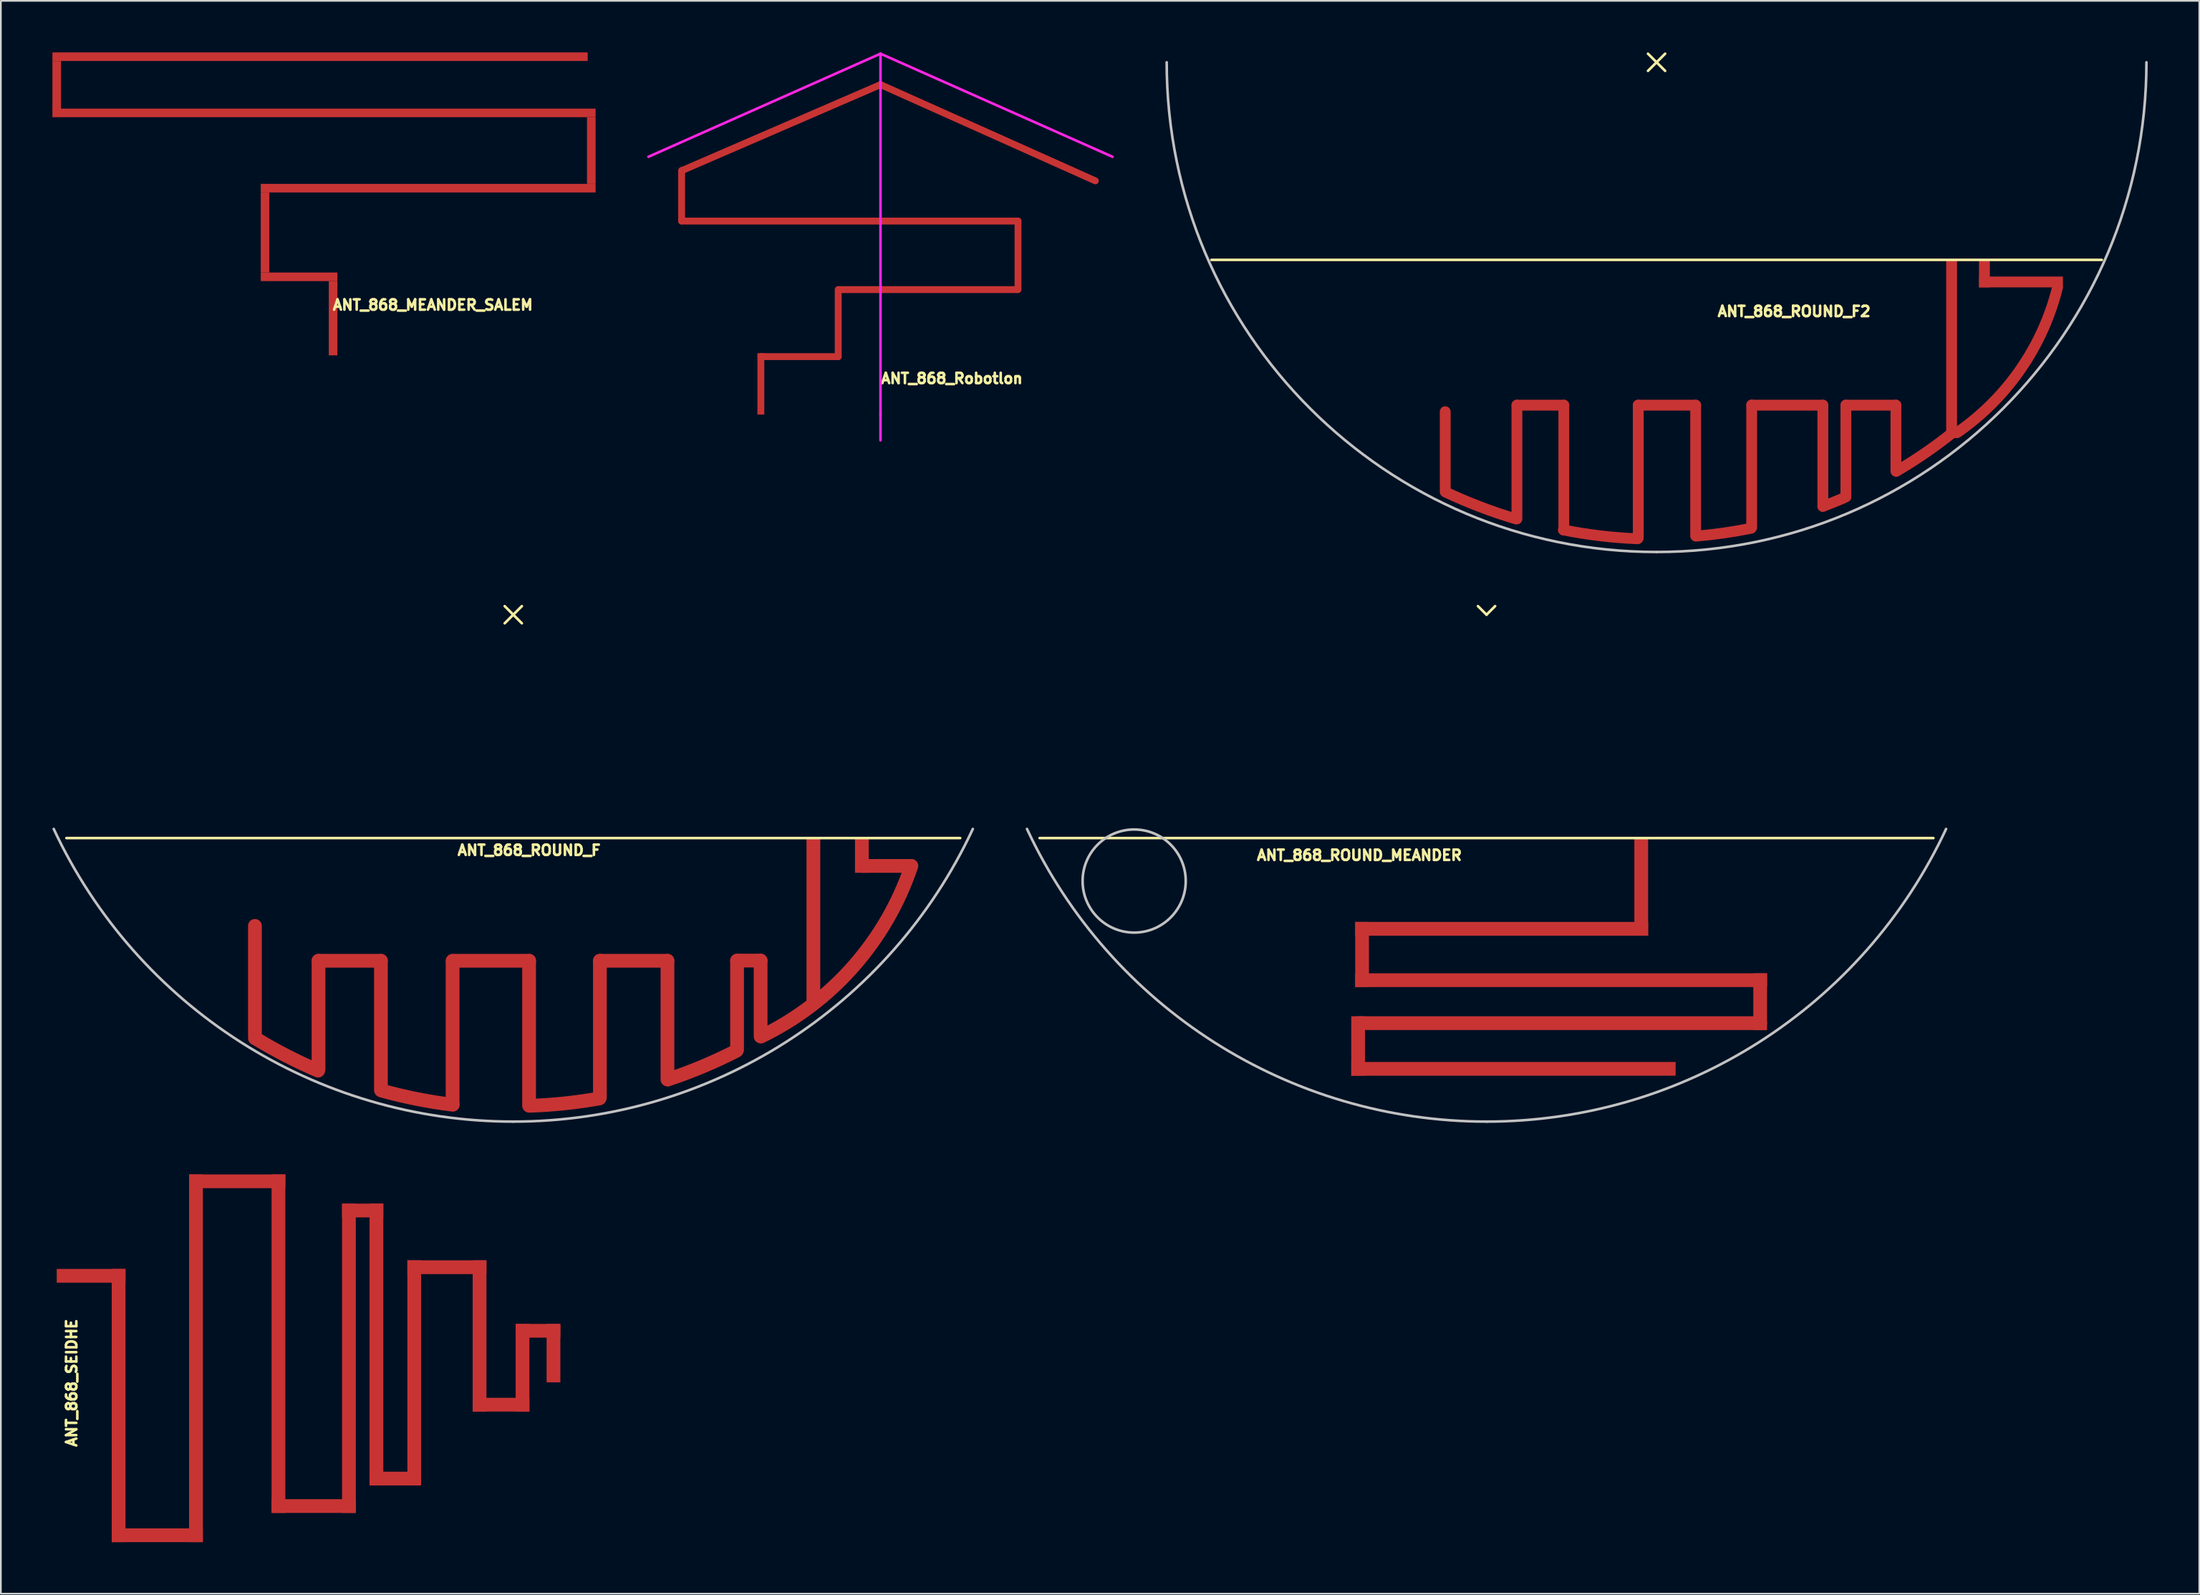
<source format=kicad_pcb>
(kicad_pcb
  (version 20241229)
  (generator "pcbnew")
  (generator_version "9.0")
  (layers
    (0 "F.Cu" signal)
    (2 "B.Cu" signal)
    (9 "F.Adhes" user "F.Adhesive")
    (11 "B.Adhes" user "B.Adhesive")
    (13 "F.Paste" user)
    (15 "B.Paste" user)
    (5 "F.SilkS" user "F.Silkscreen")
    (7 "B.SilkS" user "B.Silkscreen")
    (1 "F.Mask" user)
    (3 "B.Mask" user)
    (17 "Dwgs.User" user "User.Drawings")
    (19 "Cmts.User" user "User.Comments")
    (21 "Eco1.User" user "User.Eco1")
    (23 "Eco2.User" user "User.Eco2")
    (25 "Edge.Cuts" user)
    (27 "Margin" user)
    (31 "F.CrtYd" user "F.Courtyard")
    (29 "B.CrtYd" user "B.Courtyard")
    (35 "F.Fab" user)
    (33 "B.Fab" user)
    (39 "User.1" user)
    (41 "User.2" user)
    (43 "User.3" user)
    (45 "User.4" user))
  (footprint "ANT_868_MEANDER_SALEM"
    (layer "F.Cu")
    (at 16.33 17.63)
    (property "Reference" "ANT_868_MEANDER_SALEM" (at 5.8 -2.93 0) (layer "F.SilkS") (effects (font (size 0.6 0.6) (thickness 0.15))))
    (attr through_hole)
    (pad "1" smd rect (at -16.08 -15.7) (size 0.5 2.86) (layers "F.Cu"))
    (pad "1" smd rect (at -3.96 -7.15) (size 0.5 4.66) (layers "F.Cu"))
    (pad "1" smd rect (at -1.98 -4.57) (size 4.46 0.5) (layers "F.Cu"))
    (pad "1" smd rect (at -0.76 -17.38) (size 31.14 0.5) (layers "F.Cu"))
    (pad "1" smd rect (at -0.53 -14.11) (size 31.6 0.5) (layers "F.Cu"))
    (pad "1" smd rect (at 0 -2.16) (size 0.5 4.32) (layers "F.Cu"))
    (pad "1" smd rect (at 5.53 -9.73) (size 19.48 0.5) (layers "F.Cu"))
    (pad "1" smd rect (at 15.02 -11.92) (size 0.5 3.88) (layers "F.Cu")))
  (footprint "ANT_868_ROUND_F2"
    (layer "F.Cu")
    (at 93.325 0.575)
    (property "Reference" "ANT_868_ROUND_F2" (at 8 14.5 0) (layer "F.SilkS") (effects (font (size 0.6 0.6) (thickness 0.15))))
    (attr through_hole)
    (fp_arc (start -8.2 26.57) (mid -10.267533 25.868619) (end -12.275911 25.012438) (stroke (width 0.63) (type solid)) (layer "F.Cu"))
    (fp_arc (start -1.1 27.73) (mid -3.27228 27.558213) (end -5.424385 27.21652) (stroke (width 0.63) (type solid)) (layer "F.Cu"))
    (fp_arc (start 5.5 27.12) (mid 3.905838 27.395051) (end 2.298328 27.576477) (stroke (width 0.63) (type solid)) (layer "F.Cu"))
    (fp_arc (start 10.881726 25.360554) (mid 10.281217 25.609886) (end 9.675 25.845) (stroke (width 0.63) (type solid)) (layer "F.Cu"))
    (fp_arc (start 17.165 21.6) (mid 15.596592 22.758373) (end 13.950289 23.803081) (stroke (width 0.63) (type solid)) (layer "F.Cu"))
    (fp_arc (start 23.327 13.1) (mid 21.178041 17.862254) (end 17.483 21.556) (stroke (width 0.63) (type solid)) (layer "F.Cu"))
    (fp_line (start -25.9 11.5) (end 25.9 11.5) (stroke (width 0.15) (type solid)) (layer "F.SilkS"))
    (fp_line (start -0.5 -0.5) (end 0.5 0.5) (stroke (width 0.15) (type solid)) (layer "F.SilkS"))
    (fp_line (start 0.5 -0.5) (end -0.5 0.5) (stroke (width 0.15) (type solid)) (layer "F.SilkS"))
    (fp_arc (start 0 28.5) (mid -20.152543 20.152543) (end -28.5 0) (stroke (width 0.15) (type solid)) (layer "Dwgs.User"))
    (fp_arc (start 28.5 0) (mid 20.152543 20.152543) (end 0 28.5) (stroke (width 0.15) (type solid)) (layer "Dwgs.User"))
    (pad "1" smd rect (at 17.165 16.685 180) (size 0.63 10.37) (layers "F.Cu"))
    (pad "2" smd rect (at 19.075 12.3 180) (size 0.63 1.6) (layers "F.Cu"))
    (pad "2" smd rect (at 21.2 12.785 180) (size 4.88 0.63) (layers "F.Cu"))
    (pad "2R" smd oval (at 13.925 21.875 180) (size 0.63 4.47) (layers "F.Cu"))
    (pad "3" smd oval (at 12.47 19.955 180) (size 3.54 0.63) (layers "F.Cu"))
    (pad "4" smd oval (at 11.015 22.625 180) (size 0.63 5.97) (layers "F.Cu"))
    (pad "5" smd oval (at 9.675 22.9 180) (size 0.63 6.52) (layers "F.Cu"))
    (pad "6" smd oval (at 7.605 19.955 180) (size 4.77 0.63) (layers "F.Cu"))
    (pad "7" smd oval (at 5.535 23.505 180) (size 0.63 7.75) (layers "F.Cu"))
    (pad "8" smd oval (at 2.275 23.76 180) (size 0.63 8.24) (layers "F.Cu"))
    (pad "10" smd oval (at 0.605 19.955 180) (size 3.97 0.63) (layers "F.Cu"))
    (pad "11" smd oval (at -1.065 23.815 180) (size 0.63 8.35) (layers "F.Cu"))
    (pad "12" smd oval (at -5.395 23.59 180) (size 0.63 7.9) (layers "F.Cu"))
    (pad "13" smd oval (at -6.76 19.955 180) (size 3.36 0.63) (layers "F.Cu"))
    (pad "14" smd oval (at -8.125 23.265 180) (size 0.63 7.25) (layers "F.Cu"))
    (pad "15" smd oval (at -12.295 22.665 180) (size 0.63 5.29) (layers "F.Cu")))
  (footprint "ANT_868_SEIDHE"
    (layer "F.Cu")
    (at 0.25 75.7)
    (property "Reference" "ANT_868_SEIDHE" (at 0.87 1.73 90) (layer "F.SilkS") (effects (font (size 0.6 0.6) (thickness 0.15))))
    (attr through_hole)
    (pad "1" smd rect (at 2 -4.5) (size 4 0.8) (layers "F.Cu"))
    (pad "1" smd rect (at 3.6 3.05) (size 0.8 15.9) (layers "F.Cu"))
    (pad "1" smd rect (at 5.85 10.6) (size 5.3 0.8) (layers "F.Cu"))
    (pad "1" smd rect (at 8.1 0.3) (size 0.8 21.4) (layers "F.Cu"))
    (pad "1" smd rect (at 10.5 -10) (size 5.6 0.8) (layers "F.Cu"))
    (pad "1" smd rect (at 12.9 -0.55) (size 0.8 19.7) (layers "F.Cu"))
    (pad "1" smd rect (at 14.95 8.9) (size 4.9 0.8) (layers "F.Cu"))
    (pad "1" smd rect (at 17 0.3) (size 0.8 18) (layers "F.Cu"))
    (pad "1" smd rect (at 17.8 -8.3) (size 2.4 0.8) (layers "F.Cu"))
    (pad "1" smd rect (at 18.6 -0.5) (size 0.8 16.4) (layers "F.Cu"))
    (pad "1" smd rect (at 19.7 7.3) (size 3 0.8) (layers "F.Cu"))
    (pad "1" smd rect (at 20.8 1.15) (size 0.8 13.1) (layers "F.Cu"))
    (pad "1" smd rect (at 22.7 -5) (size 4.6 0.8) (layers "F.Cu"))
    (pad "1" smd rect (at 24.6 -1) (size 0.8 8.8) (layers "F.Cu"))
    (pad "1" smd rect (at 25.85 3) (size 3.3 0.8) (layers "F.Cu"))
    (pad "1" smd rect (at 27.1 0.85) (size 0.8 5.1) (layers "F.Cu"))
    (pad "1" smd rect (at 28 -1.3) (size 2.6 0.8) (layers "F.Cu"))
    (pad "1" smd rect (at 28.9 0) (size 0.8 3.4) (layers "F.Cu")))
  (footprint "ANT_868_ROUND_F"
    (layer "F.Cu")
    (at 26.811 32.725)
    (property "Reference" "ANT_868_ROUND_F" (at 0.92 13.71 0) (layer "F.SilkS") (effects (font (size 0.6 0.6) (thickness 0.15))))
    (attr through_hole)
    (fp_arc (start -11.354521 26.534584) (mid -13.200224 25.666386) (end -14.98 24.67) (stroke (width 0.8) (type solid)) (layer "F.Cu"))
    (fp_arc (start -3.521433 28.520379) (mid -5.600757 28.185883) (end -7.65 27.7) (stroke (width 0.8) (type solid)) (layer "F.Cu"))
    (fp_arc (start 5.016622 28.152307) (mid 2.990966 28.438935) (end 0.95 28.58) (stroke (width 0.8) (type solid)) (layer "F.Cu"))
    (fp_arc (start 12.98805 25.377412) (mid 11.025787 26.289437) (end 9 27.05) (stroke (width 0.8) (type solid)) (layer "F.Cu"))
    (fp_arc (start 23.161141 14.617391) (mid 19.789208 20.467952) (end 14.41 24.55) (stroke (width 0.8) (type solid)) (layer "F.Cu"))
    (fp_line (start -0.5 -0.5) (end 0.5 0.5) (stroke (width 0.15) (type solid)) (layer "F.SilkS"))
    (fp_line (start 0.5 -0.5) (end -0.5 0.5) (stroke (width 0.15) (type solid)) (layer "F.SilkS"))
    (fp_line (start 26 13) (end -26 13) (stroke (width 0.15) (type solid)) (layer "F.SilkS"))
    (fp_arc (start 0 29.5) (mid -15.850338 24.880048) (end -26.73608 12.467239) (stroke (width 0.15) (type solid)) (layer "Dwgs.User"))
    (fp_arc (start 26.73608 12.467239) (mid 15.850339 24.880048) (end 0 29.5) (stroke (width 0.15) (type solid)) (layer "Dwgs.User"))
    (pad "1" smd rect (at 17.46 17.925 180) (size 0.8 9.85) (layers "F.Cu"))
    (pad "2" smd rect (at 20.28 14.01 180) (size 0.8 2.02) (layers "F.Cu"))
    (pad "2" smd oval (at 21.7 14.62 180) (size 3.64 0.8) (layers "F.Cu"))
    (pad "2R" smd oval (at 14.39 22.335 180) (size 0.8 5.21) (layers "F.Cu"))
    (pad "3" smd oval (at 13.705 20.13 180) (size 2.17 0.8) (layers "F.Cu"))
    (pad "4" smd oval (at 13.02 22.725 180) (size 0.8 5.97) (layers "F.Cu"))
    (pad "5" smd oval (at 8.97 23.595 180) (size 0.8 7.71) (layers "F.Cu"))
    (pad "6" smd oval (at 7.005 20.14 180) (size 4.73 0.8) (layers "F.Cu"))
    (pad "7" smd oval (at 5.04 24.115 180) (size 0.8 8.75) (layers "F.Cu"))
    (pad "8" smd oval (at 0.92 24.355 180) (size 0.8 9.23) (layers "F.Cu"))
    (pad "10" smd oval (at -1.3 20.14 180) (size 5.25 0.8) (layers "F.Cu"))
    (pad "11" smd oval (at -3.53 24.3 180) (size 0.8 9.1) (layers "F.Cu"))
    (pad "12" smd oval (at -7.7 23.905 180) (size 0.8 8.33) (layers "F.Cu"))
    (pad "13" smd oval (at -9.515 20.14 180) (size 4.43 0.8) (layers "F.Cu"))
    (pad "14" smd oval (at -11.33 23.3 180) (size 0.8 7.12) (layers "F.Cu"))
    (pad "15" smd oval (at -15.03 21.375 180) (size 0.8 7.33) (layers "F.Cu")))
  (footprint "ANT_868_Robotlon"
    (layer "F.Cu")
    (at 50.175 21.075)
    (property "Reference" "ANT_868_Robotlon" (at 2.15 -2.1 0) (layer "F.SilkS") (effects (font (size 0.6 0.6) (thickness 0.15))))
    (attr through_hole)
    (fp_line (start -13.55 -14.2) (end -2 -19.2) (stroke (width 0.4) (type solid)) (layer "F.Cu"))
    (fp_line (start -2 -19.2) (end 10.5 -13.6) (stroke (width 0.4) (type solid)) (layer "F.Cu"))
    (fp_line (start -2 -21) (end -15.5 -15) (stroke (width 0.15) (type solid)) (layer "F.CrtYd"))
    (fp_line (start -2 -21) (end 11.5 -15) (stroke (width 0.15) (type solid)) (layer "F.CrtYd"))
    (fp_line (start -2 0) (end -2 -21) (stroke (width 0.15) (type solid)) (layer "F.CrtYd"))
    (fp_line (start -2 0) (end -2 1.5) (stroke (width 0.15) (type solid)) (layer "F.CrtYd"))
    (pad "1" smd oval (at -13.57 -12.73) (size 0.4 3.34) (layers "F.Cu"))
    (pad "1" smd rect (at -8.96 -1.785) (size 0.4 3.57) (layers "F.Cu"))
    (pad "1" smd oval (at -6.71 -3.37) (size 4.9 0.4) (layers "F.Cu"))
    (pad "1" smd oval (at -4.46 -5.32) (size 0.4 4.3) (layers "F.Cu"))
    (pad "1" smd oval (at -3.785 -11.26) (size 19.97 0.4) (layers "F.Cu"))
    (pad "1" smd oval (at 0.765 -7.27) (size 10.8 0.4) (layers "F.Cu"))
    (pad "1" smd oval (at 6 -9.265) (size 0.4 4.39) (layers "F.Cu")))
  (footprint "ANT_868_ROUND_MEANDER"
    (layer "F.Cu")
    (at 83.433 45.725)
    (property "Reference" "ANT_868_ROUND_MEANDER" (at -7.4 1 0) (layer "F.SilkS") (effects (font (size 0.6 0.6) (thickness 0.15))))
    (attr through_hole)
    (fp_line (start -0.5 -13.5) (end 0 -13) (stroke (width 0.15) (type solid)) (layer "F.SilkS"))
    (fp_line (start 0.5 -13.5) (end 0 -13) (stroke (width 0.15) (type solid)) (layer "F.SilkS"))
    (fp_line (start 26 0) (end -26 0) (stroke (width 0.15) (type solid)) (layer "F.SilkS"))
    (fp_arc (start 0 16.5) (mid -15.850338 11.880048) (end -26.73608 -0.532761) (stroke (width 0.15) (type solid)) (layer "Dwgs.User"))
    (fp_arc (start 26.73608 -0.532761) (mid 15.850339 11.880048) (end 0 16.5) (stroke (width 0.15) (type solid)) (layer "Dwgs.User"))
    (fp_circle (center -20.5 2.5) (end -20.5 -0.5) (stroke (width 0.15) (type solid)) (fill no) (layer "Dwgs.User"))
    (pad "1" smd rect (at -7.47 12.1 180) (size 0.8 3.46) (layers "F.Cu"))
    (pad "1" smd rect (at -7.24 6.775 180) (size 0.8 3.79) (layers "F.Cu"))
    (pad "1" smd rect (at 0.88 5.28 180) (size 17.04 0.8) (layers "F.Cu"))
    (pad "1" smd rect (at 1.565 13.43 180) (size 18.87 0.8) (layers "F.Cu"))
    (pad "1" smd oval (at 4.23 10.77 180) (size 24.18 0.8) (layers "F.Cu"))
    (pad "1" smd rect (at 4.34 8.27 180) (size 23.96 0.8) (layers "F.Cu"))
    (pad "1" smd rect (at 9 2.84 180) (size 0.8 5.68) (layers "F.Cu"))
    (pad "1" smd rect (at 15.92 9.525 180) (size 0.8 3.31) (layers "F.Cu")))
  (gr_rect
    (start -3 -3)
    (end 124.9 89.7)
    (stroke (width 0.1) (type default))
    (fill no)
    (layer "Edge.Cuts")))
</source>
